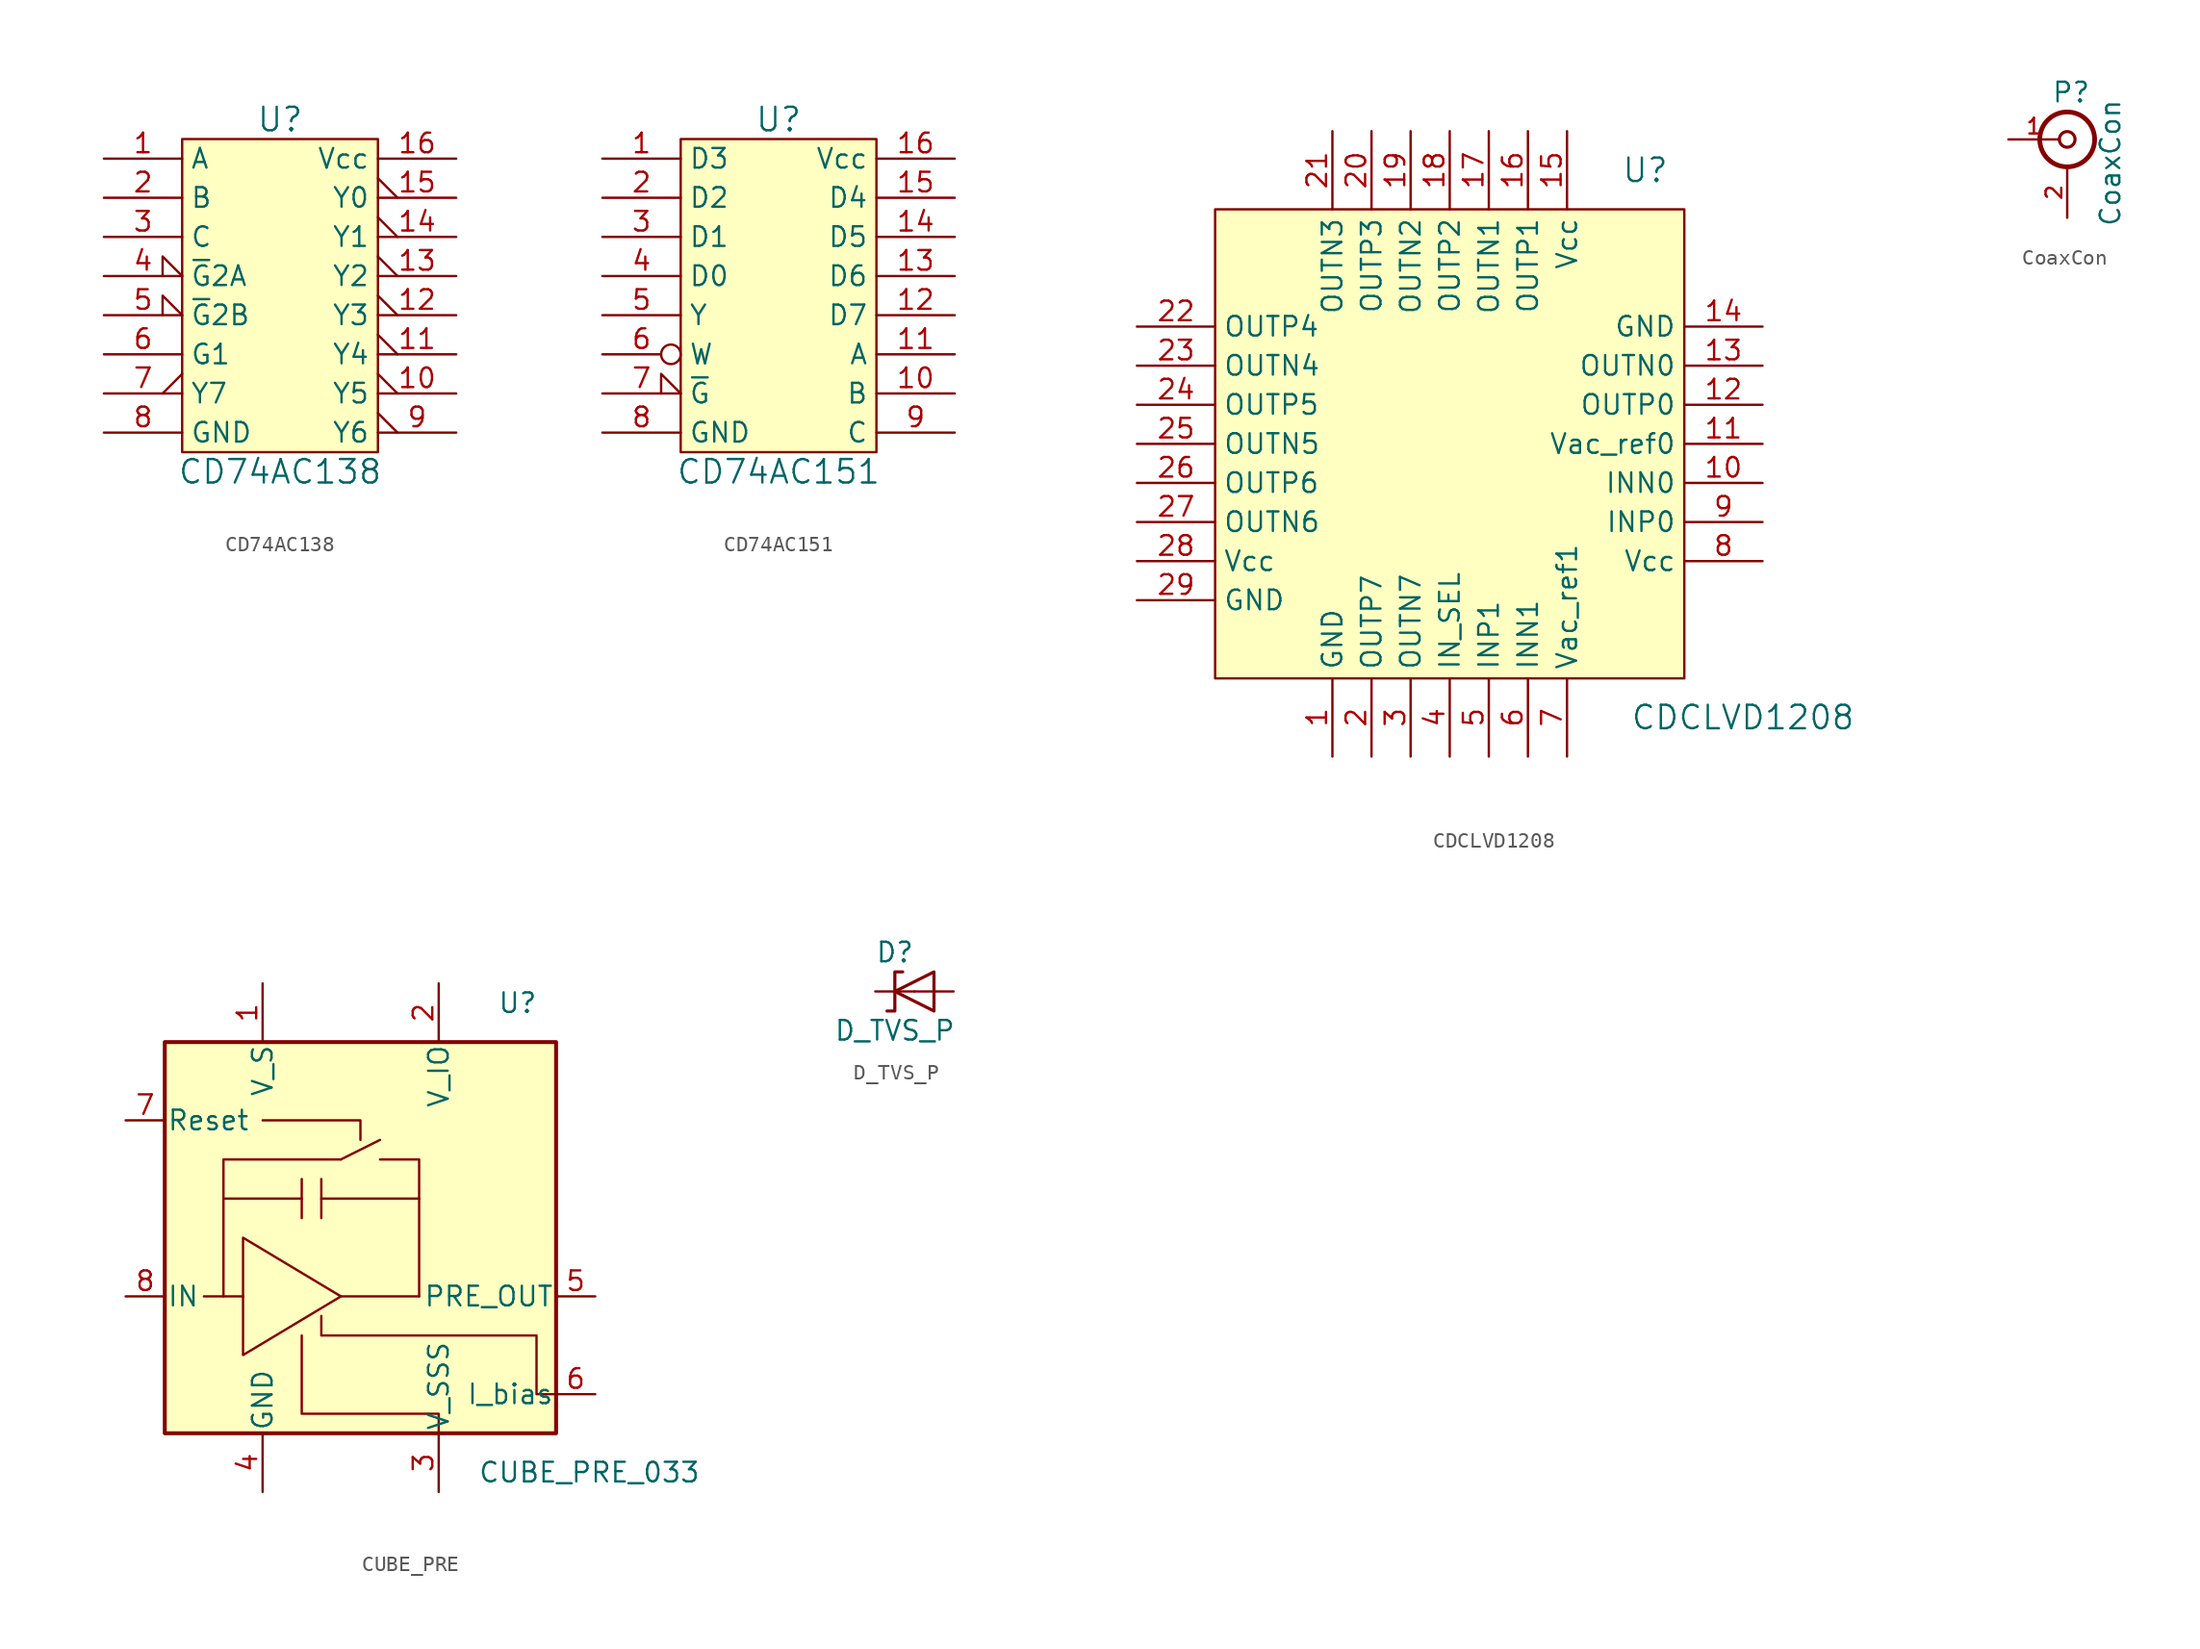
<source format=kicad_sym>
(kicad_symbol_lib
  (version 20231120)
  (generator "kicad_symbol_editor")
  (generator_version "8.0")
  (symbol "CD74AC138"
    (property "Reference" "U"
      (at 0 11.43 0)
      (effects (font (size 1.524 1.524))))
    (property "Value" "CD74AC138"
      (at 0 -11.43 0)
      (effects (font (size 1.524 1.524))))
    (property "Footprint" ""
      (at 0 1.27 0)
      (effects (font (size 1.524 1.524))))
    (property "Datasheet" ""
      (at 0 1.27 0)
      (effects (font (size 1.524 1.524))))
    (symbol "CD74AC138_0_1"
      (rectangle (start -6.35 10.16) (end 6.35 -10.16) (stroke (width 0) (type default)) (fill (type background))))
    (symbol "CD74AC138_1_1"
      (pin input line (at -11.43 8.89 0) (length 5.08) (name "A" (effects (font (size 1.27 1.27)))) (number "1" (effects (font (size 1.27 1.27)))))
      (pin output output_low (at 11.43 -6.35 180) (length 5.08) (name "Y5" (effects (font (size 1.27 1.27)))) (number "10" (effects (font (size 1.27 1.27)))))
      (pin output output_low (at 11.43 -3.81 180) (length 5.08) (name "Y4" (effects (font (size 1.27 1.27)))) (number "11" (effects (font (size 1.27 1.27)))))
      (pin output output_low (at 11.43 -1.27 180) (length 5.08) (name "Y3" (effects (font (size 1.27 1.27)))) (number "12" (effects (font (size 1.27 1.27)))))
      (pin output output_low (at 11.43 1.27 180) (length 5.08) (name "Y2" (effects (font (size 1.27 1.27)))) (number "13" (effects (font (size 1.27 1.27)))))
      (pin output output_low (at 11.43 3.81 180) (length 5.08) (name "Y1" (effects (font (size 1.27 1.27)))) (number "14" (effects (font (size 1.27 1.27)))))
      (pin output output_low (at 11.43 6.35 180) (length 5.08) (name "Y0" (effects (font (size 1.27 1.27)))) (number "15" (effects (font (size 1.27 1.27)))))
      (pin power_in line (at 11.43 8.89 180) (length 5.08) (name "Vcc" (effects (font (size 1.27 1.27)))) (number "16" (effects (font (size 1.27 1.27)))))
      (pin input line (at -11.43 6.35 0) (length 5.08) (name "B" (effects (font (size 1.27 1.27)))) (number "2" (effects (font (size 1.27 1.27)))))
      (pin input line (at -11.43 3.81 0) (length 5.08) (name "C" (effects (font (size 1.27 1.27)))) (number "3" (effects (font (size 1.27 1.27)))))
      (pin input input_low (at -11.43 1.27 0) (length 5.08) (name "~{G}2A" (effects (font (size 1.27 1.27)))) (number "4" (effects (font (size 1.27 1.27)))))
      (pin input input_low (at -11.43 -1.27 0) (length 5.08) (name "~{G}2B" (effects (font (size 1.27 1.27)))) (number "5" (effects (font (size 1.27 1.27)))))
      (pin input line (at -11.43 -3.81 0) (length 5.08) (name "G1" (effects (font (size 1.27 1.27)))) (number "6" (effects (font (size 1.27 1.27)))))
      (pin output output_low (at -11.43 -6.35 0) (length 5.08) (name "Y7" (effects (font (size 1.27 1.27)))) (number "7" (effects (font (size 1.27 1.27)))))
      (pin power_in line (at -11.43 -8.89 0) (length 5.08) (name "GND" (effects (font (size 1.27 1.27)))) (number "8" (effects (font (size 1.27 1.27)))))
      (pin output output_low (at 11.43 -8.89 180) (length 5.08) (name "Y6" (effects (font (size 1.27 1.27)))) (number "9" (effects (font (size 1.27 1.27)))))))
  (symbol "CD74AC151"
    (property "Reference" "U"
      (at 0 11.43 0)
      (effects (font (size 1.524 1.524))))
    (property "Value" "CD74AC151"
      (at 0 -11.43 0)
      (effects (font (size 1.524 1.524))))
    (property "Footprint" ""
      (at 0 1.27 0)
      (effects (font (size 1.524 1.524))))
    (property "Datasheet" ""
      (at 0 1.27 0)
      (effects (font (size 1.524 1.524))))
    (symbol "CD74AC151_0_1"
      (rectangle (start -6.35 10.16) (end 6.35 -10.16) (stroke (width 0) (type default)) (fill (type background))))
    (symbol "CD74AC151_1_1"
      (pin input line (at -11.43 8.89 0) (length 5.08) (name "D3" (effects (font (size 1.27 1.27)))) (number "1" (effects (font (size 1.27 1.27)))))
      (pin input line (at 11.43 -6.35 180) (length 5.08) (name "B" (effects (font (size 1.27 1.27)))) (number "10" (effects (font (size 1.27 1.27)))))
      (pin input line (at 11.43 -3.81 180) (length 5.08) (name "A" (effects (font (size 1.27 1.27)))) (number "11" (effects (font (size 1.27 1.27)))))
      (pin input line (at 11.43 -1.27 180) (length 5.08) (name "D7" (effects (font (size 1.27 1.27)))) (number "12" (effects (font (size 1.27 1.27)))))
      (pin input line (at 11.43 1.27 180) (length 5.08) (name "D6" (effects (font (size 1.27 1.27)))) (number "13" (effects (font (size 1.27 1.27)))))
      (pin input line (at 11.43 3.81 180) (length 5.08) (name "D5" (effects (font (size 1.27 1.27)))) (number "14" (effects (font (size 1.27 1.27)))))
      (pin input line (at 11.43 6.35 180) (length 5.08) (name "D4" (effects (font (size 1.27 1.27)))) (number "15" (effects (font (size 1.27 1.27)))))
      (pin power_in line (at 11.43 8.89 180) (length 5.08) (name "Vcc" (effects (font (size 1.27 1.27)))) (number "16" (effects (font (size 1.27 1.27)))))
      (pin input line (at -11.43 6.35 0) (length 5.08) (name "D2" (effects (font (size 1.27 1.27)))) (number "2" (effects (font (size 1.27 1.27)))))
      (pin input line (at -11.43 3.81 0) (length 5.08) (name "D1" (effects (font (size 1.27 1.27)))) (number "3" (effects (font (size 1.27 1.27)))))
      (pin input line (at -11.43 1.27 0) (length 5.08) (name "D0" (effects (font (size 1.27 1.27)))) (number "4" (effects (font (size 1.27 1.27)))))
      (pin output line (at -11.43 -1.27 0) (length 5.08) (name "Y" (effects (font (size 1.27 1.27)))) (number "5" (effects (font (size 1.27 1.27)))))
      (pin output inverted (at -11.43 -3.81 0) (length 5.08) (name "W" (effects (font (size 1.27 1.27)))) (number "6" (effects (font (size 1.27 1.27)))))
      (pin input input_low (at -11.43 -6.35 0) (length 5.08) (name "~{G}" (effects (font (size 1.27 1.27)))) (number "7" (effects (font (size 1.27 1.27)))))
      (pin power_in line (at -11.43 -8.89 0) (length 5.08) (name "GND" (effects (font (size 1.27 1.27)))) (number "8" (effects (font (size 1.27 1.27)))))
      (pin input line (at 11.43 -8.89 180) (length 5.08) (name "C" (effects (font (size 1.27 1.27)))) (number "9" (effects (font (size 1.27 1.27)))))))
  (symbol "CDCLVD1208"
    (property "Reference" "U"
      (at 12.7 17.78 0)
      (effects (font (size 1.524 1.524))))
    (property "Value" "CDCLVD1208"
      (at 19.05 -17.78 0)
      (effects (font (size 1.524 1.524))))
    (property "Footprint" ""
      (at 0 0 0)
      (effects (font (size 1.524 1.524))))
    (property "Datasheet" ""
      (at 0 0 0)
      (effects (font (size 1.524 1.524))))
    (symbol "CDCLVD1208_0_1"
      (rectangle (start -15.24 15.24) (end 15.24 -15.24) (stroke (width 0) (type default)) (fill (type background))))
    (symbol "CDCLVD1208_1_1"
      (pin power_in line (at -7.62 -20.32 90) (length 5.08) (name "GND" (effects (font (size 1.27 1.27)))) (number "1" (effects (font (size 1.27 1.27)))))
      (pin input line (at 20.32 -2.54 180) (length 5.08) (name "INN0" (effects (font (size 1.27 1.27)))) (number "10" (effects (font (size 1.27 1.27)))))
      (pin output line (at 20.32 0 180) (length 5.08) (name "Vac_ref0" (effects (font (size 1.27 1.27)))) (number "11" (effects (font (size 1.27 1.27)))))
      (pin output line (at 20.32 2.54 180) (length 5.08) (name "OUTP0" (effects (font (size 1.27 1.27)))) (number "12" (effects (font (size 1.27 1.27)))))
      (pin output line (at 20.32 5.08 180) (length 5.08) (name "OUTN0" (effects (font (size 1.27 1.27)))) (number "13" (effects (font (size 1.27 1.27)))))
      (pin power_in line (at 20.32 7.62 180) (length 5.08) (name "GND" (effects (font (size 1.27 1.27)))) (number "14" (effects (font (size 1.27 1.27)))))
      (pin power_in line (at 7.62 20.32 270) (length 5.08) (name "Vcc" (effects (font (size 1.27 1.27)))) (number "15" (effects (font (size 1.27 1.27)))))
      (pin output line (at 5.08 20.32 270) (length 5.08) (name "OUTP1" (effects (font (size 1.27 1.27)))) (number "16" (effects (font (size 1.27 1.27)))))
      (pin output line (at 2.54 20.32 270) (length 5.08) (name "OUTN1" (effects (font (size 1.27 1.27)))) (number "17" (effects (font (size 1.27 1.27)))))
      (pin output line (at 0 20.32 270) (length 5.08) (name "OUTP2" (effects (font (size 1.27 1.27)))) (number "18" (effects (font (size 1.27 1.27)))))
      (pin output line (at -2.54 20.32 270) (length 5.08) (name "OUTN2" (effects (font (size 1.27 1.27)))) (number "19" (effects (font (size 1.27 1.27)))))
      (pin output line (at -5.08 -20.32 90) (length 5.08) (name "OUTP7" (effects (font (size 1.27 1.27)))) (number "2" (effects (font (size 1.27 1.27)))))
      (pin output line (at -5.08 20.32 270) (length 5.08) (name "OUTP3" (effects (font (size 1.27 1.27)))) (number "20" (effects (font (size 1.27 1.27)))))
      (pin output line (at -7.62 20.32 270) (length 5.08) (name "OUTN3" (effects (font (size 1.27 1.27)))) (number "21" (effects (font (size 1.27 1.27)))))
      (pin output line (at -20.32 7.62 0) (length 5.08) (name "OUTP4" (effects (font (size 1.27 1.27)))) (number "22" (effects (font (size 1.27 1.27)))))
      (pin output line (at -20.32 5.08 0) (length 5.08) (name "OUTN4" (effects (font (size 1.27 1.27)))) (number "23" (effects (font (size 1.27 1.27)))))
      (pin output line (at -20.32 2.54 0) (length 5.08) (name "OUTP5" (effects (font (size 1.27 1.27)))) (number "24" (effects (font (size 1.27 1.27)))))
      (pin output line (at -20.32 0 0) (length 5.08) (name "OUTN5" (effects (font (size 1.27 1.27)))) (number "25" (effects (font (size 1.27 1.27)))))
      (pin output line (at -20.32 -2.54 0) (length 5.08) (name "OUTP6" (effects (font (size 1.27 1.27)))) (number "26" (effects (font (size 1.27 1.27)))))
      (pin output line (at -20.32 -5.08 0) (length 5.08) (name "OUTN6" (effects (font (size 1.27 1.27)))) (number "27" (effects (font (size 1.27 1.27)))))
      (pin power_in line (at -20.32 -7.62 0) (length 5.08) (name "Vcc" (effects (font (size 1.27 1.27)))) (number "28" (effects (font (size 1.27 1.27)))))
      (pin power_in line (at -20.32 -10.16 0) (length 5.08) (name "GND" (effects (font (size 1.27 1.27)))) (number "29" (effects (font (size 1.27 1.27)))))
      (pin output line (at -2.54 -20.32 90) (length 5.08) (name "OUTN7" (effects (font (size 1.27 1.27)))) (number "3" (effects (font (size 1.27 1.27)))))
      (pin input line (at 0 -20.32 90) (length 5.08) (name "IN_SEL" (effects (font (size 1.27 1.27)))) (number "4" (effects (font (size 1.27 1.27)))))
      (pin input line (at 2.54 -20.32 90) (length 5.08) (name "INP1" (effects (font (size 1.27 1.27)))) (number "5" (effects (font (size 1.27 1.27)))))
      (pin input line (at 5.08 -20.32 90) (length 5.08) (name "INN1" (effects (font (size 1.27 1.27)))) (number "6" (effects (font (size 1.27 1.27)))))
      (pin output line (at 7.62 -20.32 90) (length 5.08) (name "Vac_ref1" (effects (font (size 1.27 1.27)))) (number "7" (effects (font (size 1.27 1.27)))))
      (pin power_in line (at 20.32 -7.62 180) (length 5.08) (name "Vcc" (effects (font (size 1.27 1.27)))) (number "8" (effects (font (size 1.27 1.27)))))
      (pin input line (at 20.32 -5.08 180) (length 5.08) (name "INP0" (effects (font (size 1.27 1.27)))) (number "9" (effects (font (size 1.27 1.27)))))))
  (symbol "CoaxCon"
    (pin_names hide)
    (property "Reference" "P"
      (at 0.254 3.048 0)
      (effects (font (size 1.27 1.27))))
    (property "Value" "CoaxCon"
      (at 2.794 -1.524 90)
      (effects (font (size 1.27 1.27))))
    (property "Footprint" ""
      (at 0 0 0)
      (effects (font (size 1.27 1.27))))
    (property "Datasheet" ""
      (at 0 0 0)
      (effects (font (size 1.27 1.27))))
    (symbol "CoaxCon_0_1"
      (circle (center 0 0) (radius 0.508) (stroke (width 0.203) (type default)) (fill (type none)))
      (circle (center 0 0) (radius 1.778) (stroke (width 0.305) (type default)) (fill (type none))))
    (symbol "CoaxCon_1_1"
      (pin passive line (at -3.81 0 0) (length 3.302) (name "In" (effects (font (size 1.016 1.016)))) (number "1" (effects (font (size 1.016 1.016)))))
      (pin passive line (at 0 -5.08 90) (length 3.302) (name "Ext" (effects (font (size 1.016 1.016)))) (number "2" (effects (font (size 1.016 1.016)))))))
  (symbol "CUBE_PRE"
    (pin_names
      (offset 0.127))
    (property "Reference" "U"
      (at 8.89 15.24 0)
      (effects (font (size 1.27 1.27)) (justify left)))
    (property "Value" "CUBE_PRE_033"
      (at 7.62 -15.24 0)
      (effects (font (size 1.27 1.27)) (justify left)))
    (symbol "CUBE_PRE_0_1"
      (rectangle (start -12.7 12.7) (end 12.7 -12.7) (stroke (width 0.254) (type default)) (fill (type background)))
      (polyline (pts (xy -7.62 -3.81) (xy -10.16 -3.81)) (stroke (width 0) (type default)) (fill (type none)))
      (polyline (pts (xy -3.81 2.54) (xy -8.89 2.54)) (stroke (width 0) (type default)) (fill (type none)))
      (polyline (pts (xy -3.81 3.81) (xy -3.81 1.27)) (stroke (width 0) (type default)) (fill (type none)))
      (polyline (pts (xy -2.54 2.54) (xy 3.81 2.54)) (stroke (width 0) (type default)) (fill (type none)))
      (polyline (pts (xy -2.54 3.81) (xy -2.54 1.27)) (stroke (width 0) (type default)) (fill (type none)))
      (polyline (pts (xy -1.27 -3.81) (xy 3.81 -3.81)) (stroke (width 0) (type default)) (fill (type none)))
      (polyline (pts (xy -1.27 5.08) (xy 1.27 6.35)) (stroke (width 0) (type default)) (fill (type none)))
      (polyline (pts (xy -6.35 7.62) (xy 0 7.62) (xy 0 6.35)) (stroke (width 0) (type default)) (fill (type none)))
      (polyline (pts (xy -1.27 5.08) (xy -8.89 5.08) (xy -8.89 -3.81)) (stroke (width 0) (type default)) (fill (type none)))
      (polyline (pts (xy 1.27 5.08) (xy 3.81 5.08) (xy 3.81 -3.81)) (stroke (width 0) (type default)) (fill (type none)))
      (polyline (pts (xy -7.62 0) (xy -7.62 -7.62) (xy -1.27 -3.81) (xy -7.62 0)) (stroke (width 0) (type default)) (fill (type none)))
      (polyline (pts (xy -3.81 -6.35) (xy -3.81 -11.43) (xy 5.08 -11.43) (xy 5.08 -12.7)) (stroke (width 0) (type default)) (fill (type none)))
      (polyline (pts (xy -2.54 -5.08) (xy -2.54 -6.35) (xy 11.43 -6.35) (xy 11.43 -10.16) (xy 12.7 -10.16)) (stroke (width 0) (type default)) (fill (type none))))
    (symbol "CUBE_PRE_1_1"
      (pin power_in line (at -6.35 -16.51 90) (length 3.81) hide (name "GND" (effects (font (size 1.27 1.27)))) (number "0" (effects (font (size 1.27 1.27)))))
      (pin power_in line (at -6.35 16.51 270) (length 3.81) (name "V_S" (effects (font (size 1.27 1.27)))) (number "1" (effects (font (size 1.27 1.27)))))
      (pin power_in line (at 5.08 16.51 270) (length 3.81) (name "V_IO" (effects (font (size 1.27 1.27)))) (number "2" (effects (font (size 1.27 1.27)))))
      (pin power_in line (at 5.08 -16.51 90) (length 3.81) (name "V_SSS" (effects (font (size 1.27 1.27)))) (number "3" (effects (font (size 1.27 1.27)))))
      (pin power_in line (at -6.35 -16.51 90) (length 3.81) (name "GND" (effects (font (size 1.27 1.27)))) (number "4" (effects (font (size 1.27 1.27)))))
      (pin output line (at 15.24 -3.81 180) (length 2.54) (name "PRE_OUT" (effects (font (size 1.27 1.27)))) (number "5" (effects (font (size 1.27 1.27)))))
      (pin input line (at 15.24 -10.16 180) (length 2.54) (name "I_bias" (effects (font (size 1.27 1.27)))) (number "6" (effects (font (size 1.27 1.27)))))
      (pin input line (at -15.24 7.62 0) (length 2.54) (name "Reset" (effects (font (size 1.27 1.27)))) (number "7" (effects (font (size 1.27 1.27)))))
      (pin input line (at -15.24 -3.81 0) (length 2.54) (name "IN" (effects (font (size 1.27 1.27)))) (number "8" (effects (font (size 1.27 1.27)))))))
  (symbol "D_TVS_P"
    (pin_numbers hide)
    (pin_names hide)
    (property "Reference" "D"
      (at 0 2.54 0)
      (effects (font (size 1.27 1.27))))
    (property "Value" "D_TVS_P"
      (at 0 -2.54 0)
      (effects (font (size 1.27 1.27))))
    (symbol "D_TVS_P_0_1"
      (polyline (pts (xy 0.508 1.27) (xy 0 1.27) (xy 0 -1.27) (xy -0.508 -1.27)) (stroke (width 0.203) (type default)) (fill (type none)))
      (polyline (pts (xy 2.54 1.27) (xy 2.54 -1.27) (xy 0 0) (xy 2.54 1.27)) (stroke (width 0.203) (type default)) (fill (type none))))
    (symbol "D_TVS_P_1_1"
      (pin passive line (at -1.27 0 0) (length 2.54) (name "C" (effects (font (size 1.27 1.27)))) (number "1" (effects (font (size 1.27 1.27)))))
      (pin passive line (at 3.81 0 180) (length 2.54) (name "A" (effects (font (size 1.27 1.27)))) (number "2" (effects (font (size 1.27 1.27))))))))
</source>
